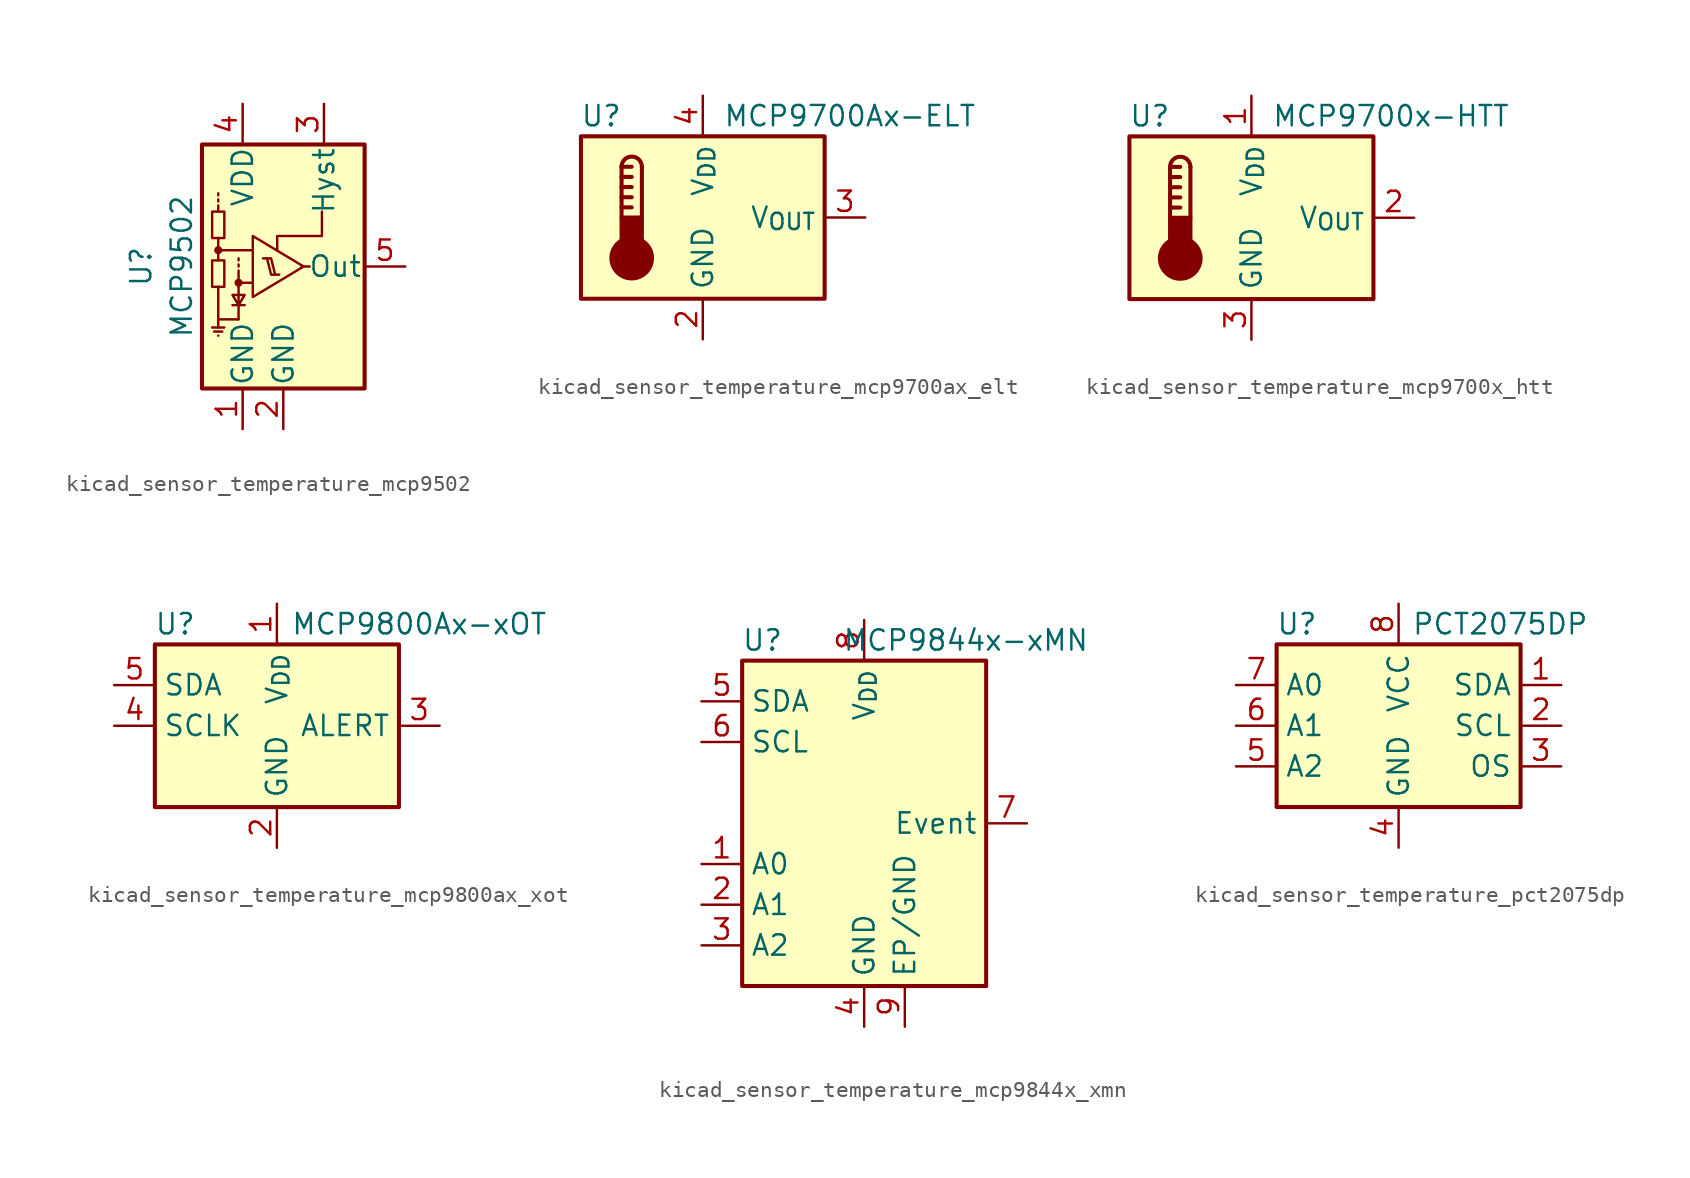
<source format=kicad_sym>
(kicad_symbol_lib
  (version 20220914)
  (generator kicad_symbol_editor)
  (symbol "kicad_sensor_temperature_mcp9502"
    (pin_names
      (offset 0.127))
    (property "Reference" "U"
      (at -6.35 0 90)
      (effects (font (size 1.27 1.27))))
    (property "Value" "MCP9502"
      (at -3.81 0 90)
      (effects (font (size 1.27 1.27))))
    (symbol "kicad_sensor_temperature_mcp9502_0_1"
      (rectangle (start -2.54 7.62) (end 7.62 -7.62) (stroke (width 0.254) (type default)) (fill (type background)))
      (rectangle (start -1.905 0.381) (end -1.143 -1.27) (stroke (width 0) (type default)) (fill (type none)))
      (rectangle (start -1.905 3.429) (end -1.143 1.778) (stroke (width 0) (type default)) (fill (type none)))
      (circle (center -1.524 1.016) (radius 0.178) (stroke (width 0) (type default)) (fill (type outline)))
      (circle (center -0.254 -1.016) (radius 0.178) (stroke (width 0) (type default)) (fill (type outline)))
      (polyline (pts (xy -1.905 -3.81) (xy -1.143 -3.81)) (stroke (width 0) (type default)) (fill (type none)))
      (polyline (pts (xy -1.778 -4.064) (xy -1.27 -4.064)) (stroke (width 0) (type default)) (fill (type none)))
      (polyline (pts (xy -1.524 -4.318) (xy -1.524 -4.318)) (stroke (width 0) (type default)) (fill (type none)))
      (polyline (pts (xy -1.524 -3.302) (xy -1.524 -3.81)) (stroke (width 0) (type default)) (fill (type none)))
      (polyline (pts (xy -1.524 1.016) (xy -1.524 0.381)) (stroke (width 0) (type default)) (fill (type none)))
      (polyline (pts (xy -1.524 3.429) (xy -1.524 3.81)) (stroke (width 0) (type default)) (fill (type none)))
      (polyline (pts (xy -1.524 4.064) (xy -1.524 4.191)) (stroke (width 0) (type default)) (fill (type none)))
      (polyline (pts (xy -1.524 4.445) (xy -1.524 4.572)) (stroke (width 0) (type default)) (fill (type none)))
      (polyline (pts (xy -0.635 -2.413) (xy 0.127 -2.413)) (stroke (width 0) (type default)) (fill (type none)))
      (polyline (pts (xy -0.254 0) (xy -0.254 0.127)) (stroke (width 0) (type default)) (fill (type none)))
      (polyline (pts (xy -0.254 0.381) (xy -0.254 0.508)) (stroke (width 0) (type default)) (fill (type none)))
      (polyline (pts (xy 3.683 0) (xy 4.191 0)) (stroke (width 0) (type default)) (fill (type none)))
      (polyline (pts (xy -1.524 -1.27) (xy -1.524 -3.302) (xy -0.254 -3.302)) (stroke (width 0) (type default)) (fill (type none)))
      (polyline (pts (xy -0.254 -1.016) (xy -0.254 -0.381) (xy -0.254 -0.254)) (stroke (width 0) (type default)) (fill (type none)))
      (polyline (pts (xy 0.635 -1.016) (xy -0.254 -1.016) (xy -0.254 -3.302)) (stroke (width 0) (type default)) (fill (type none)))
      (polyline (pts (xy 0.635 1.016) (xy -1.524 1.016) (xy -1.524 1.778)) (stroke (width 0) (type default)) (fill (type none)))
      (polyline (pts (xy 1.524 0.508) (xy 1.778 -0.508) (xy 2.032 -0.508)) (stroke (width 0) (type default)) (fill (type none)))
      (polyline (pts (xy 0.127 -1.778) (xy -0.635 -1.778) (xy -0.254 -2.413) (xy 0.127 -1.778)) (stroke (width 0) (type default)) (fill (type none)))
      (polyline (pts (xy 1.27 0.508) (xy 1.778 0.508) (xy 2.032 -0.508) (xy 2.286 -0.508)) (stroke (width 0) (type default)) (fill (type none)))
      (polyline (pts (xy 3.81 0) (xy 0.635 1.905) (xy 0.635 -1.905) (xy 3.81 0)) (stroke (width 0) (type default)) (fill (type none)))
      (polyline (pts (xy 4.953 3.429) (xy 4.953 1.905) (xy 2.159 1.905) (xy 2.159 1.016)) (stroke (width 0) (type default)) (fill (type none))))
    (symbol "kicad_sensor_temperature_mcp9502_1_1"
      (pin power_in line (at 0 -10.16 90) (length 2.54) (name "GND" (effects (font (size 1.27 1.27)))) (number "1" (effects (font (size 1.27 1.27)))))
      (pin power_in line (at 2.54 -10.16 90) (length 2.54) (name "GND" (effects (font (size 1.27 1.27)))) (number "2" (effects (font (size 1.27 1.27)))))
      (pin input line (at 5.08 10.16 270) (length 2.54) (name "Hyst" (effects (font (size 1.27 1.27)))) (number "3" (effects (font (size 1.27 1.27)))))
      (pin power_in line (at 0 10.16 270) (length 2.54) (name "VDD" (effects (font (size 1.27 1.27)))) (number "4" (effects (font (size 1.27 1.27)))))
      (pin output line (at 10.16 0 180) (length 2.54) (name "Out" (effects (font (size 1.27 1.27)))) (number "5" (effects (font (size 1.27 1.27)))))))
  (symbol "kicad_sensor_temperature_mcp9700ax_elt"
    (property "Reference" "U"
      (at -6.35 6.35 0)
      (effects (font (size 1.27 1.27))))
    (property "Value" "MCP9700Ax-ELT"
      (at 1.27 6.35 0)
      (effects (font (size 1.27 1.27)) (justify left)))
    (symbol "kicad_sensor_temperature_mcp9700ax_elt_0_1"
      (rectangle (start -7.62 5.08) (end 7.62 -5.08) (stroke (width 0.254) (type default)) (fill (type background)))
      (circle (center -4.445 -2.54) (radius 1.27) (stroke (width 0.254) (type default)) (fill (type outline)))
      (rectangle (start -3.81 -1.905) (end -5.08 0) (stroke (width 0.254) (type default)) (fill (type outline)))
      (arc (start -3.81 3.175) (mid -4.445 3.8073) (end -5.08 3.175) (stroke (width 0.254) (type default)) (fill (type none)))
      (polyline (pts (xy -5.08 0.635) (xy -4.445 0.635)) (stroke (width 0.254) (type default)) (fill (type none)))
      (polyline (pts (xy -5.08 1.27) (xy -4.445 1.27)) (stroke (width 0.254) (type default)) (fill (type none)))
      (polyline (pts (xy -5.08 1.905) (xy -4.445 1.905)) (stroke (width 0.254) (type default)) (fill (type none)))
      (polyline (pts (xy -5.08 2.54) (xy -4.445 2.54)) (stroke (width 0.254) (type default)) (fill (type none)))
      (polyline (pts (xy -5.08 3.175) (xy -5.08 0)) (stroke (width 0.254) (type default)) (fill (type none)))
      (polyline (pts (xy -5.08 3.175) (xy -4.445 3.175)) (stroke (width 0.254) (type default)) (fill (type none)))
      (polyline (pts (xy -3.81 3.175) (xy -3.81 0)) (stroke (width 0.254) (type default)) (fill (type none))))
    (symbol "kicad_sensor_temperature_mcp9700ax_elt_1_1"
      (pin no_connect line (at 7.62 -2.54 180) (length 2.54) hide (name "NC" (effects (font (size 1.27 1.27)))) (number "1" (effects (font (size 1.27 1.27)))))
      (pin power_in line (at 0 -7.62 90) (length 2.54) (name "GND" (effects (font (size 1.27 1.27)))) (number "2" (effects (font (size 1.27 1.27)))))
      (pin output line (at 10.16 0 180) (length 2.54) (name "V_{OUT}" (effects (font (size 1.27 1.27)))) (number "3" (effects (font (size 1.27 1.27)))))
      (pin power_in line (at 0 7.62 270) (length 2.54) (name "V_{DD}" (effects (font (size 1.27 1.27)))) (number "4" (effects (font (size 1.27 1.27)))))
      (pin no_connect line (at 7.62 2.54 180) (length 2.54) hide (name "NC" (effects (font (size 1.27 1.27)))) (number "5" (effects (font (size 1.27 1.27)))))))
  (symbol "kicad_sensor_temperature_mcp9700x_htt"
    (property "Reference" "U"
      (at -6.35 6.35 0)
      (effects (font (size 1.27 1.27))))
    (property "Value" "MCP9700x-HTT"
      (at 1.27 6.35 0)
      (effects (font (size 1.27 1.27)) (justify left)))
    (symbol "kicad_sensor_temperature_mcp9700x_htt_0_1"
      (rectangle (start -7.62 5.08) (end 7.62 -5.08) (stroke (width 0.254) (type default)) (fill (type background)))
      (circle (center -4.445 -2.54) (radius 1.27) (stroke (width 0.254) (type default)) (fill (type outline)))
      (rectangle (start -3.81 -1.905) (end -5.08 0) (stroke (width 0.254) (type default)) (fill (type outline)))
      (arc (start -3.81 3.175) (mid -4.445 3.8073) (end -5.08 3.175) (stroke (width 0.254) (type default)) (fill (type none)))
      (polyline (pts (xy -5.08 0.635) (xy -4.445 0.635)) (stroke (width 0.254) (type default)) (fill (type none)))
      (polyline (pts (xy -5.08 1.27) (xy -4.445 1.27)) (stroke (width 0.254) (type default)) (fill (type none)))
      (polyline (pts (xy -5.08 1.905) (xy -4.445 1.905)) (stroke (width 0.254) (type default)) (fill (type none)))
      (polyline (pts (xy -5.08 2.54) (xy -4.445 2.54)) (stroke (width 0.254) (type default)) (fill (type none)))
      (polyline (pts (xy -5.08 3.175) (xy -5.08 0)) (stroke (width 0.254) (type default)) (fill (type none)))
      (polyline (pts (xy -5.08 3.175) (xy -4.445 3.175)) (stroke (width 0.254) (type default)) (fill (type none)))
      (polyline (pts (xy -3.81 3.175) (xy -3.81 0)) (stroke (width 0.254) (type default)) (fill (type none))))
    (symbol "kicad_sensor_temperature_mcp9700x_htt_1_1"
      (pin power_in line (at 0 7.62 270) (length 2.54) (name "V_{DD}" (effects (font (size 1.27 1.27)))) (number "1" (effects (font (size 1.27 1.27)))))
      (pin output line (at 10.16 0 180) (length 2.54) (name "V_{OUT}" (effects (font (size 1.27 1.27)))) (number "2" (effects (font (size 1.27 1.27)))))
      (pin power_in line (at 0 -7.62 90) (length 2.54) (name "GND" (effects (font (size 1.27 1.27)))) (number "3" (effects (font (size 1.27 1.27)))))))
  (symbol "kicad_sensor_temperature_mcp9800ax_xot"
    (property "Reference" "U"
      (at -6.35 6.35 0)
      (effects (font (size 1.27 1.27))))
    (property "Value" "MCP9800Ax-xOT"
      (at 8.89 6.35 0)
      (effects (font (size 1.27 1.27))))
    (symbol "kicad_sensor_temperature_mcp9800ax_xot_0_1"
      (rectangle (start -7.62 5.08) (end 7.62 -5.08) (stroke (width 0.254) (type default)) (fill (type background))))
    (symbol "kicad_sensor_temperature_mcp9800ax_xot_1_1"
      (pin power_in line (at 0 7.62 270) (length 2.54) (name "V_{DD}" (effects (font (size 1.27 1.27)))) (number "1" (effects (font (size 1.27 1.27)))))
      (pin power_in line (at 0 -7.62 90) (length 2.54) (name "GND" (effects (font (size 1.27 1.27)))) (number "2" (effects (font (size 1.27 1.27)))))
      (pin output line (at 10.16 0 180) (length 2.54) (name "ALERT" (effects (font (size 1.27 1.27)))) (number "3" (effects (font (size 1.27 1.27)))))
      (pin input line (at -10.16 0 0) (length 2.54) (name "SCLK" (effects (font (size 1.27 1.27)))) (number "4" (effects (font (size 1.27 1.27)))))
      (pin bidirectional line (at -10.16 2.54 0) (length 2.54) (name "SDA" (effects (font (size 1.27 1.27)))) (number "5" (effects (font (size 1.27 1.27)))))))
  (symbol "kicad_sensor_temperature_mcp9844x_xmn"
    (property "Reference" "U"
      (at -6.35 11.43 0)
      (effects (font (size 1.27 1.27))))
    (property "Value" "MCP9844x-xMN"
      (at 6.35 11.43 0)
      (effects (font (size 1.27 1.27))))
    (symbol "kicad_sensor_temperature_mcp9844x_xmn_0_1"
      (rectangle (start -7.62 10.16) (end 7.62 -10.16) (stroke (width 0.254) (type default)) (fill (type background))))
    (symbol "kicad_sensor_temperature_mcp9844x_xmn_1_1"
      (pin input line (at -10.16 -2.54 0) (length 2.54) (name "A0" (effects (font (size 1.27 1.27)))) (number "1" (effects (font (size 1.27 1.27)))))
      (pin input line (at -10.16 -5.08 0) (length 2.54) (name "A1" (effects (font (size 1.27 1.27)))) (number "2" (effects (font (size 1.27 1.27)))))
      (pin input line (at -10.16 -7.62 0) (length 2.54) (name "A2" (effects (font (size 1.27 1.27)))) (number "3" (effects (font (size 1.27 1.27)))))
      (pin power_in line (at 0 -12.7 90) (length 2.54) (name "GND" (effects (font (size 1.27 1.27)))) (number "4" (effects (font (size 1.27 1.27)))))
      (pin bidirectional line (at -10.16 7.62 0) (length 2.54) (name "SDA" (effects (font (size 1.27 1.27)))) (number "5" (effects (font (size 1.27 1.27)))))
      (pin input line (at -10.16 5.08 0) (length 2.54) (name "SCL" (effects (font (size 1.27 1.27)))) (number "6" (effects (font (size 1.27 1.27)))))
      (pin open_collector line (at 10.16 0 180) (length 2.54) (name "Event" (effects (font (size 1.27 1.27)))) (number "7" (effects (font (size 1.27 1.27)))))
      (pin power_in line (at 0 12.7 270) (length 2.54) (name "V_{DD}" (effects (font (size 1.27 1.27)))) (number "8" (effects (font (size 1.27 1.27)))))
      (pin power_in line (at 2.54 -12.7 90) (length 2.54) (name "EP/GND" (effects (font (size 1.27 1.27)))) (number "9" (effects (font (size 1.27 1.27)))))))
  (symbol "kicad_sensor_temperature_pct2075dp"
    (property "Reference" "U"
      (at -6.35 6.35 0)
      (effects (font (size 1.27 1.27))))
    (property "Value" "PCT2075DP"
      (at 6.35 6.35 0)
      (effects (font (size 1.27 1.27))))
    (symbol "kicad_sensor_temperature_pct2075dp_0_1"
      (rectangle (start -7.62 5.08) (end 7.62 -5.08) (stroke (width 0.254) (type default)) (fill (type background))))
    (symbol "kicad_sensor_temperature_pct2075dp_1_1"
      (pin bidirectional line (at 10.16 2.54 180) (length 2.54) (name "SDA" (effects (font (size 1.27 1.27)))) (number "1" (effects (font (size 1.27 1.27)))))
      (pin input line (at 10.16 0 180) (length 2.54) (name "SCL" (effects (font (size 1.27 1.27)))) (number "2" (effects (font (size 1.27 1.27)))))
      (pin open_collector line (at 10.16 -2.54 180) (length 2.54) (name "OS" (effects (font (size 1.27 1.27)))) (number "3" (effects (font (size 1.27 1.27)))))
      (pin power_in line (at 0 -7.62 90) (length 2.54) (name "GND" (effects (font (size 1.27 1.27)))) (number "4" (effects (font (size 1.27 1.27)))))
      (pin input line (at -10.16 -2.54 0) (length 2.54) (name "A2" (effects (font (size 1.27 1.27)))) (number "5" (effects (font (size 1.27 1.27)))))
      (pin input line (at -10.16 0 0) (length 2.54) (name "A1" (effects (font (size 1.27 1.27)))) (number "6" (effects (font (size 1.27 1.27)))))
      (pin input line (at -10.16 2.54 0) (length 2.54) (name "A0" (effects (font (size 1.27 1.27)))) (number "7" (effects (font (size 1.27 1.27)))))
      (pin power_in line (at 0 7.62 270) (length 2.54) (name "VCC" (effects (font (size 1.27 1.27)))) (number "8" (effects (font (size 1.27 1.27))))))))
</source>
